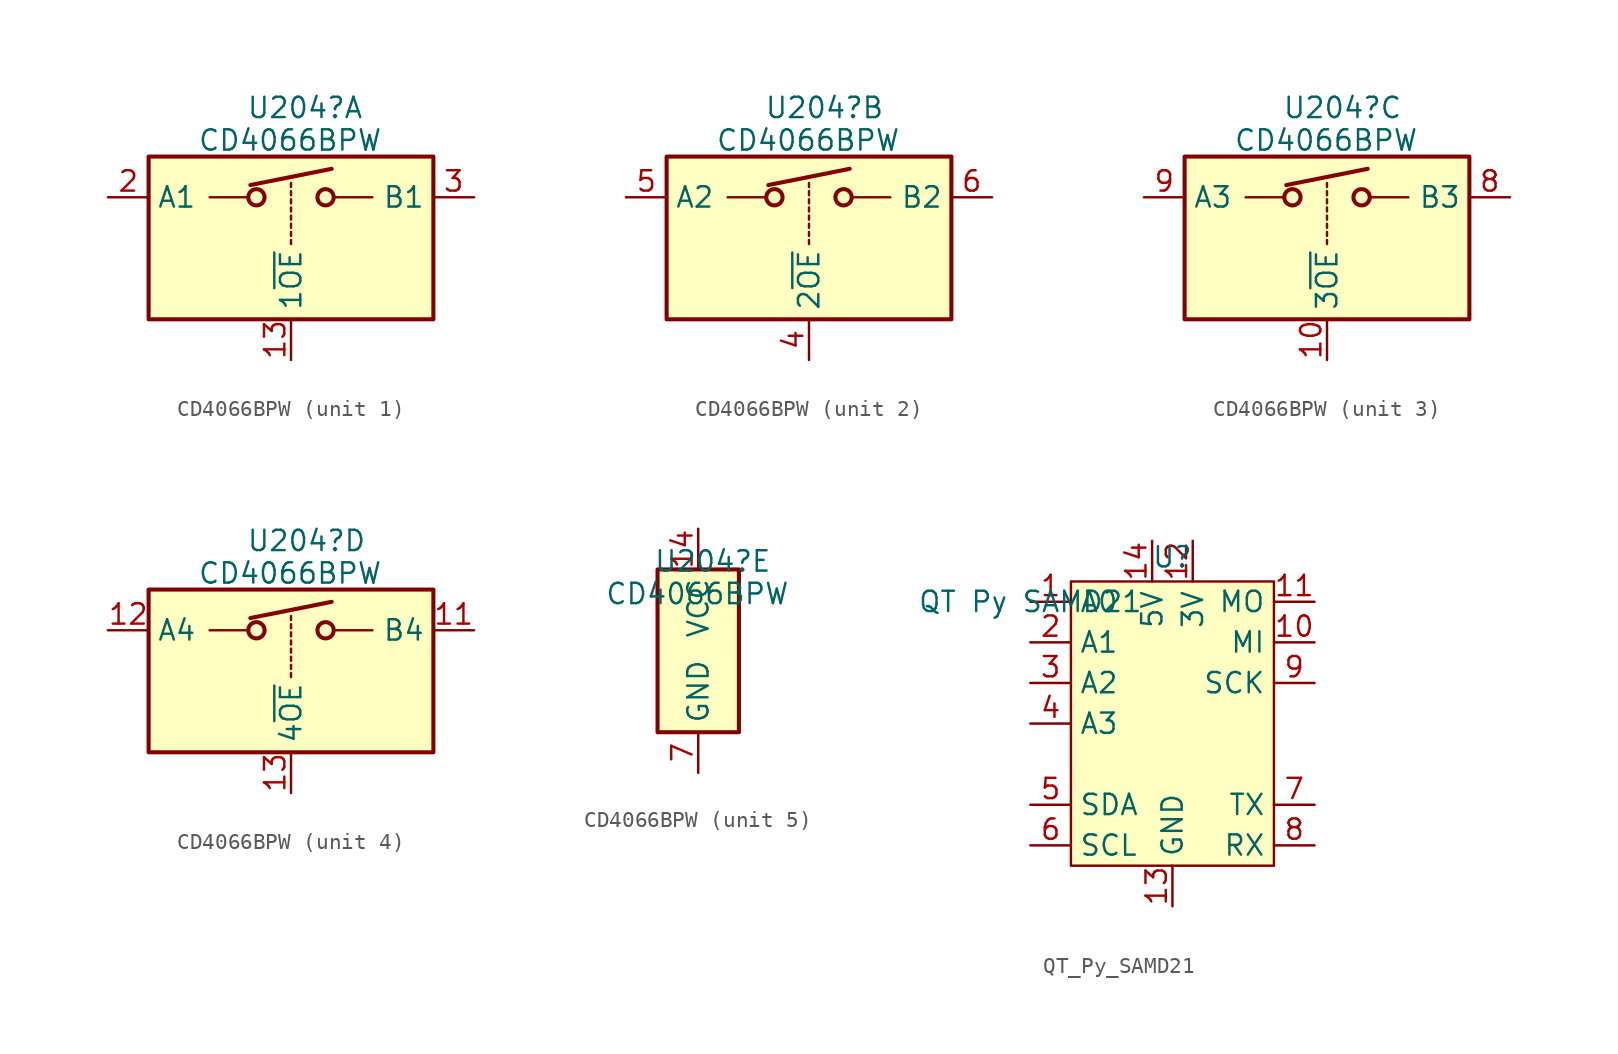
<source format=kicad_sym>
(kicad_symbol_lib
  (version 20241209)
  (generator "kicad_symbol_editor")
  (generator_version "9.0")
  (symbol "CD4066BPW"
    (property "Reference" "U204"
      (at -2.794 5.588 0)
      (effects (font (size 1.27 1.27)) (justify left)))
    (property "Value" "CD4066BPW"
      (at -5.842 3.556 0)
      (effects (font (size 1.27 1.27)) (justify left)))
    (property "ki_locked" ""
      (at 0 0 0)
      (effects (font (size 1.27 1.27))))
    (symbol "CD4066BPW_1_1"
      (rectangle (start -8.89 2.54) (end 8.89 -7.62) (stroke (width 0.254) (type default)) (fill (type background)))
      (polyline (pts (xy -5.08 0) (xy -2.794 0)) (stroke (width 0) (type default)) (fill (type none)))
      (polyline (pts (xy -2.54 0.762) (xy 2.54 1.778)) (stroke (width 0.254) (type default)) (fill (type none)))
      (circle (center -2.159 0) (radius 0.508) (stroke (width 0.254) (type default)) (fill (type none)))
      (polyline (pts (xy 0 0.635) (xy 0 0.889)) (stroke (width 0) (type default)) (fill (type none)))
      (polyline (pts (xy 0 0.127) (xy 0 0.381)) (stroke (width 0) (type default)) (fill (type none)))
      (polyline (pts (xy 0 -0.381) (xy 0 -0.127)) (stroke (width 0) (type default)) (fill (type none)))
      (polyline (pts (xy 0 -0.889) (xy 0 -0.635)) (stroke (width 0) (type default)) (fill (type none)))
      (polyline (pts (xy 0 -1.397) (xy 0 -1.143)) (stroke (width 0) (type default)) (fill (type none)))
      (polyline (pts (xy 0 -1.905) (xy 0 -1.651)) (stroke (width 0) (type default)) (fill (type none)))
      (polyline (pts (xy 0 -2.413) (xy 0 -2.159)) (stroke (width 0) (type default)) (fill (type none)))
      (polyline (pts (xy 0 -2.921) (xy 0 -2.667)) (stroke (width 0) (type default)) (fill (type none)))
      (circle (center 2.159 0) (radius 0.508) (stroke (width 0.254) (type default)) (fill (type none)))
      (polyline (pts (xy 5.08 0) (xy 2.794 0)) (stroke (width 0) (type default)) (fill (type none)))
      (pin input line (at -11.43 0 0) (length 2.54) (name "A1" (effects (font (size 1.27 1.27)))) (number "2" (effects (font (size 1.27 1.27)))))
      (pin input line (at 0 -10.16 90) (length 2.54) (name "1~{OE}" (effects (font (size 1.27 1.27)))) (number "13" (effects (font (size 1.27 1.27)))))
      (pin output line (at 11.43 0 180) (length 2.54) (name "B1" (effects (font (size 1.27 1.27)))) (number "3" (effects (font (size 1.27 1.27))))))
    (symbol "CD4066BPW_2_1"
      (rectangle (start -8.89 2.54) (end 8.89 -7.62) (stroke (width 0.254) (type default)) (fill (type background)))
      (polyline (pts (xy -5.08 0) (xy -2.794 0)) (stroke (width 0) (type default)) (fill (type none)))
      (polyline (pts (xy -2.54 0.762) (xy 2.54 1.778)) (stroke (width 0.254) (type default)) (fill (type none)))
      (circle (center -2.159 0) (radius 0.508) (stroke (width 0.254) (type default)) (fill (type none)))
      (polyline (pts (xy 0 0.635) (xy 0 0.889)) (stroke (width 0) (type default)) (fill (type none)))
      (polyline (pts (xy 0 0.127) (xy 0 0.381)) (stroke (width 0) (type default)) (fill (type none)))
      (polyline (pts (xy 0 -0.381) (xy 0 -0.127)) (stroke (width 0) (type default)) (fill (type none)))
      (polyline (pts (xy 0 -0.889) (xy 0 -0.635)) (stroke (width 0) (type default)) (fill (type none)))
      (polyline (pts (xy 0 -1.397) (xy 0 -1.143)) (stroke (width 0) (type default)) (fill (type none)))
      (polyline (pts (xy 0 -1.905) (xy 0 -1.651)) (stroke (width 0) (type default)) (fill (type none)))
      (polyline (pts (xy 0 -2.413) (xy 0 -2.159)) (stroke (width 0) (type default)) (fill (type none)))
      (polyline (pts (xy 0 -2.921) (xy 0 -2.667)) (stroke (width 0) (type default)) (fill (type none)))
      (circle (center 2.159 0) (radius 0.508) (stroke (width 0.254) (type default)) (fill (type none)))
      (polyline (pts (xy 5.08 0) (xy 2.794 0)) (stroke (width 0) (type default)) (fill (type none)))
      (pin input line (at -11.43 0 0) (length 2.54) (name "A2" (effects (font (size 1.27 1.27)))) (number "5" (effects (font (size 1.27 1.27)))))
      (pin input line (at 0 -10.16 90) (length 2.54) (name "2~{OE}" (effects (font (size 1.27 1.27)))) (number "4" (effects (font (size 1.27 1.27)))))
      (pin output line (at 11.43 0 180) (length 2.54) (name "B2" (effects (font (size 1.27 1.27)))) (number "6" (effects (font (size 1.27 1.27))))))
    (symbol "CD4066BPW_3_1"
      (rectangle (start -8.89 2.54) (end 8.89 -7.62) (stroke (width 0.254) (type default)) (fill (type background)))
      (polyline (pts (xy -5.08 0) (xy -2.794 0)) (stroke (width 0) (type default)) (fill (type none)))
      (polyline (pts (xy -2.54 0.762) (xy 2.54 1.778)) (stroke (width 0.254) (type default)) (fill (type none)))
      (circle (center -2.159 0) (radius 0.508) (stroke (width 0.254) (type default)) (fill (type none)))
      (polyline (pts (xy 0 0.635) (xy 0 0.889)) (stroke (width 0) (type default)) (fill (type none)))
      (polyline (pts (xy 0 0.127) (xy 0 0.381)) (stroke (width 0) (type default)) (fill (type none)))
      (polyline (pts (xy 0 -0.381) (xy 0 -0.127)) (stroke (width 0) (type default)) (fill (type none)))
      (polyline (pts (xy 0 -0.889) (xy 0 -0.635)) (stroke (width 0) (type default)) (fill (type none)))
      (polyline (pts (xy 0 -1.397) (xy 0 -1.143)) (stroke (width 0) (type default)) (fill (type none)))
      (polyline (pts (xy 0 -1.905) (xy 0 -1.651)) (stroke (width 0) (type default)) (fill (type none)))
      (polyline (pts (xy 0 -2.413) (xy 0 -2.159)) (stroke (width 0) (type default)) (fill (type none)))
      (polyline (pts (xy 0 -2.921) (xy 0 -2.667)) (stroke (width 0) (type default)) (fill (type none)))
      (circle (center 2.159 0) (radius 0.508) (stroke (width 0.254) (type default)) (fill (type none)))
      (polyline (pts (xy 5.08 0) (xy 2.794 0)) (stroke (width 0) (type default)) (fill (type none)))
      (pin input line (at -11.43 0 0) (length 2.54) (name "A3" (effects (font (size 1.27 1.27)))) (number "9" (effects (font (size 1.27 1.27)))))
      (pin input line (at 0 -10.16 90) (length 2.54) (name "3~{OE}" (effects (font (size 1.27 1.27)))) (number "10" (effects (font (size 1.27 1.27)))))
      (pin output line (at 11.43 0 180) (length 2.54) (name "B3" (effects (font (size 1.27 1.27)))) (number "8" (effects (font (size 1.27 1.27))))))
    (symbol "CD4066BPW_4_1"
      (rectangle (start -8.89 2.54) (end 8.89 -7.62) (stroke (width 0.254) (type default)) (fill (type background)))
      (polyline (pts (xy -5.08 0) (xy -2.794 0)) (stroke (width 0) (type default)) (fill (type none)))
      (polyline (pts (xy -2.54 0.762) (xy 2.54 1.778)) (stroke (width 0.254) (type default)) (fill (type none)))
      (circle (center -2.159 0) (radius 0.508) (stroke (width 0.254) (type default)) (fill (type none)))
      (polyline (pts (xy 0 0.635) (xy 0 0.889)) (stroke (width 0) (type default)) (fill (type none)))
      (polyline (pts (xy 0 0.127) (xy 0 0.381)) (stroke (width 0) (type default)) (fill (type none)))
      (polyline (pts (xy 0 -0.381) (xy 0 -0.127)) (stroke (width 0) (type default)) (fill (type none)))
      (polyline (pts (xy 0 -0.889) (xy 0 -0.635)) (stroke (width 0) (type default)) (fill (type none)))
      (polyline (pts (xy 0 -1.397) (xy 0 -1.143)) (stroke (width 0) (type default)) (fill (type none)))
      (polyline (pts (xy 0 -1.905) (xy 0 -1.651)) (stroke (width 0) (type default)) (fill (type none)))
      (polyline (pts (xy 0 -2.413) (xy 0 -2.159)) (stroke (width 0) (type default)) (fill (type none)))
      (polyline (pts (xy 0 -2.921) (xy 0 -2.667)) (stroke (width 0) (type default)) (fill (type none)))
      (circle (center 2.159 0) (radius 0.508) (stroke (width 0.254) (type default)) (fill (type none)))
      (polyline (pts (xy 5.08 0) (xy 2.794 0)) (stroke (width 0) (type default)) (fill (type none)))
      (pin input line (at -11.43 0 0) (length 2.54) (name "A4" (effects (font (size 1.27 1.27)))) (number "12" (effects (font (size 1.27 1.27)))))
      (pin input line (at 0 -10.16 90) (length 2.54) (name "4~{OE}" (effects (font (size 1.27 1.27)))) (number "13" (effects (font (size 1.27 1.27)))))
      (pin output line (at 11.43 0 180) (length 2.54) (name "B4" (effects (font (size 1.27 1.27)))) (number "11" (effects (font (size 1.27 1.27))))))
    (symbol "CD4066BPW_5_1"
      (rectangle (start -2.54 5.08) (end 2.54 -5.08) (stroke (width 0.254) (type default)) (fill (type background)))
      (pin power_in line (at 0 7.62 270) (length 2.54) (name "VCC" (effects (font (size 1.27 1.27)))) (number "14" (effects (font (size 1.27 1.27)))))
      (pin power_in line (at 0 -7.62 90) (length 2.54) (name "GND" (effects (font (size 1.27 1.27)))) (number "7" (effects (font (size 1.27 1.27)))))))
  (symbol "QT_Py_SAMD21"
    (property "Reference" "U"
      (at 0 10.414 0)
      (effects (font (size 1.27 1.27))))
    (property "Value" "QT Py SAMD21"
      (at -8.89 7.62 0)
      (effects (font (size 1.27 1.27))))
    (symbol "QT_Py_SAMD21_0_0"
      (pin bidirectional line (at -8.89 7.62 0) (length 2.54) (name "A0" (effects (font (size 1.27 1.27)))) (number "1" (effects (font (size 1.27 1.27)))))
      (pin bidirectional line (at -8.89 5.08 0) (length 2.54) (name "A1" (effects (font (size 1.27 1.27)))) (number "2" (effects (font (size 1.27 1.27)))))
      (pin bidirectional line (at -8.89 2.54 0) (length 2.54) (name "A2" (effects (font (size 1.27 1.27)))) (number "3" (effects (font (size 1.27 1.27)))))
      (pin bidirectional line (at -8.89 0 0) (length 2.54) (name "A3" (effects (font (size 1.27 1.27)))) (number "4" (effects (font (size 1.27 1.27)))))
      (pin bidirectional line (at -8.89 -5.08 0) (length 2.54) (name "SDA" (effects (font (size 1.27 1.27)))) (number "5" (effects (font (size 1.27 1.27)))))
      (pin bidirectional line (at -8.89 -7.62 0) (length 2.54) (name "SCL" (effects (font (size 1.27 1.27)))) (number "6" (effects (font (size 1.27 1.27)))))
      (pin power_in line (at -1.27 11.43 270) (length 2.54) (name "5V" (effects (font (size 1.27 1.27)))) (number "14" (effects (font (size 1.27 1.27)))))
      (pin power_in line (at 0 -11.43 90) (length 2.54) (name "GND" (effects (font (size 1.27 1.27)))) (number "13" (effects (font (size 1.27 1.27)))))
      (pin power_in line (at 1.27 11.43 270) (length 2.54) (name "3V" (effects (font (size 1.27 1.27)))) (number "12" (effects (font (size 1.27 1.27)))))
      (pin bidirectional line (at 8.89 7.62 180) (length 2.54) (name "MO" (effects (font (size 1.27 1.27)))) (number "11" (effects (font (size 1.27 1.27)))))
      (pin bidirectional line (at 8.89 5.08 180) (length 2.54) (name "MI" (effects (font (size 1.27 1.27)))) (number "10" (effects (font (size 1.27 1.27)))))
      (pin bidirectional line (at 8.89 2.54 180) (length 2.54) (name "SCK" (effects (font (size 1.27 1.27)))) (number "9" (effects (font (size 1.27 1.27)))))
      (pin bidirectional line (at 8.89 -5.08 180) (length 2.54) (name "TX" (effects (font (size 1.27 1.27)))) (number "7" (effects (font (size 1.27 1.27)))))
      (pin bidirectional line (at 8.89 -7.62 180) (length 2.54) (name "RX" (effects (font (size 1.27 1.27)))) (number "8" (effects (font (size 1.27 1.27))))))
    (symbol "QT_Py_SAMD21_1_1"
      (rectangle (start -6.35 8.89) (end 6.35 -8.89) (stroke (width 0) (type default)) (fill (type background))))))
</source>
